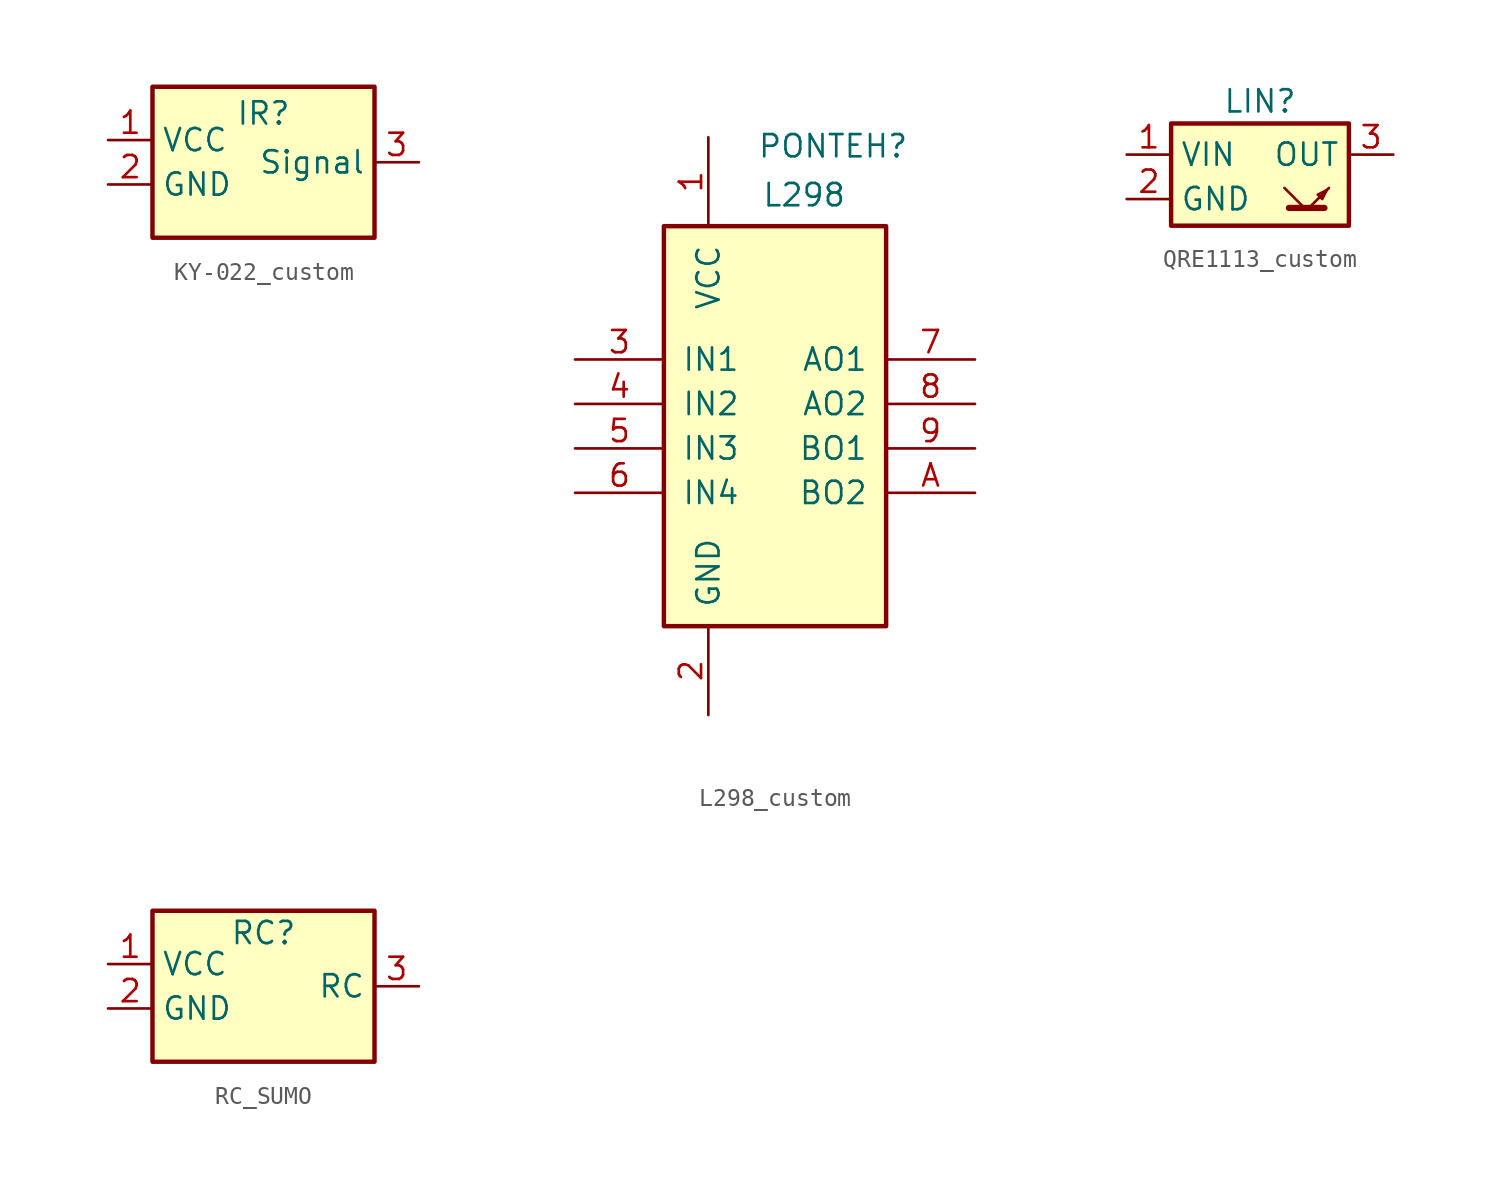
<source format=kicad_sym>
(kicad_symbol_lib
  (version 20241209)
  (generator "kicad_symbol_editor")
  (generator_version "9.0")
  (symbol "KY-022_custom"
    (property "Reference" "IR"
      (at 0 2.794 0)
      (effects (font (size 1.27 1.27))))
    (property "Value" ""
      (at 0 0 0)
      (effects (font (size 1.27 1.27))))
    (symbol "KY-022_custom_0_1"
      (rectangle (start -6.35 4.318) (end 6.35 -4.318) (stroke (width 0.254) (type default)) (fill (type color) (color 255 255 194 1))))
    (symbol "KY-022_custom_1_1"
      (pin power_in line (at -8.89 1.27 0) (length 2.54) (name "VCC" (effects (font (size 1.27 1.27)))) (number "1" (effects (font (size 1.27 1.27)))))
      (pin power_in line (at -8.89 -1.27 0) (length 2.54) (name "GND" (effects (font (size 1.27 1.27)))) (number "2" (effects (font (size 1.27 1.27)))))
      (pin output line (at 8.89 0 180) (length 2.54) (name "Signal" (effects (font (size 1.27 1.27)))) (number "3" (effects (font (size 1.27 1.27)))))))
  (symbol "L298_custom"
    (pin_names
      (offset 1.016))
    (property "Reference" "PONTEH"
      (at -1.016 16.002 0)
      (effects (font (size 1.27 1.27)) (justify left)))
    (property "Value" "L298"
      (at -0.762 13.208 0)
      (effects (font (size 1.27 1.27)) (justify left)))
    (symbol "L298_custom_1_1"
      (rectangle (start -6.35 11.43) (end 6.35 -11.43) (stroke (width 0.254) (type solid)) (fill (type background)))
      (pin input line (at -11.43 3.81 0) (length 5.08) (name "IN1" (effects (font (size 1.27 1.27)))) (number "3" (effects (font (size 1.27 1.27)))))
      (pin input line (at -11.43 1.27 0) (length 5.08) (name "IN2" (effects (font (size 1.27 1.27)))) (number "4" (effects (font (size 1.27 1.27)))))
      (pin input line (at -11.43 -1.27 0) (length 5.08) (name "IN3" (effects (font (size 1.27 1.27)))) (number "5" (effects (font (size 1.27 1.27)))))
      (pin input line (at -11.43 -3.81 0) (length 5.08) (name "IN4" (effects (font (size 1.27 1.27)))) (number "6" (effects (font (size 1.27 1.27)))))
      (pin power_in line (at -3.81 16.51 270) (length 5.08) (name "VCC" (effects (font (size 1.27 1.27)))) (number "1" (effects (font (size 1.27 1.27)))))
      (pin power_in line (at -3.81 -16.51 90) (length 5.08) (name "GND" (effects (font (size 1.27 1.27)))) (number "2" (effects (font (size 1.27 1.27)))))
      (pin power_out line (at 11.43 3.81 180) (length 5.08) (name "AO1" (effects (font (size 1.27 1.27)))) (number "7" (effects (font (size 1.27 1.27)))))
      (pin power_out line (at 11.43 1.27 180) (length 5.08) (name "AO2" (effects (font (size 1.27 1.27)))) (number "8" (effects (font (size 1.27 1.27)))))
      (pin power_out line (at 11.43 -1.27 180) (length 5.08) (name "BO1" (effects (font (size 1.27 1.27)))) (number "9" (effects (font (size 1.27 1.27)))))
      (pin power_out line (at 11.43 -3.81 180) (length 5.08) (name "BO2" (effects (font (size 1.27 1.27)))) (number "A" (effects (font (size 1.27 1.27)))))))
  (symbol "QRE1113_custom"
    (property "Reference" "LIN"
      (at 0 4.318 0)
      (effects (font (size 1.27 1.27))))
    (property "Value" ""
      (at 0 0 0)
      (effects (font (size 1.27 1.27))))
    (symbol "QRE1113_custom_0_1"
      (polyline (pts (xy -5.08 -2.794) (xy 5.08 -2.794) (xy 5.08 3.048) (xy -5.08 3.048) (xy -5.08 -2.794)) (stroke (width 0.254) (type default)) (fill (type background)))
      (polyline (pts (xy 1.651 -1.778) (xy 3.683 -1.778) (xy 3.683 -1.778)) (stroke (width 0.356) (type default)) (fill (type none)))
      (polyline (pts (xy 2.54 -1.778) (xy 1.397 -0.635)) (stroke (width 0) (type default)) (fill (type none)))
      (polyline (pts (xy 2.794 -1.778) (xy 3.937 -0.635)) (stroke (width 0) (type default)) (fill (type none)))
      (polyline (pts (xy 3.81 -0.762) (xy 3.302 -1.016) (xy 3.556 -1.27) (xy 3.81 -0.762)) (stroke (width 0) (type default)) (fill (type none))))
    (symbol "QRE1113_custom_1_1"
      (pin power_in line (at -7.62 1.27 0) (length 2.54) (name "VIN" (effects (font (size 1.27 1.27)))) (number "1" (effects (font (size 1.27 1.27)))))
      (pin power_in line (at -7.62 -1.27 0) (length 2.54) (name "GND" (effects (font (size 1.27 1.27)))) (number "2" (effects (font (size 1.27 1.27)))))
      (pin output line (at 7.62 1.27 180) (length 2.54) (name "OUT" (effects (font (size 1.27 1.27)))) (number "3" (effects (font (size 1.27 1.27)))))))
  (symbol "RC_SUMO"
    (property "Reference" "RC"
      (at 0 3.048 0)
      (effects (font (size 1.27 1.27))))
    (symbol "RC_SUMO_0_1"
      (rectangle (start -6.35 4.318) (end 6.35 -4.318) (stroke (width 0.254) (type default)) (fill (type color) (color 255 255 194 1))))
    (symbol "RC_SUMO_1_1"
      (pin power_in line (at -8.89 1.27 0) (length 2.54) (name "VCC" (effects (font (size 1.27 1.27)))) (number "1" (effects (font (size 1.27 1.27)))))
      (pin power_in line (at -8.89 -1.27 0) (length 2.54) (name "GND" (effects (font (size 1.27 1.27)))) (number "2" (effects (font (size 1.27 1.27)))))
      (pin bidirectional line (at 8.89 0 180) (length 2.54) (name "RC" (effects (font (size 1.27 1.27)))) (number "3" (effects (font (size 1.27 1.27))))))))
</source>
